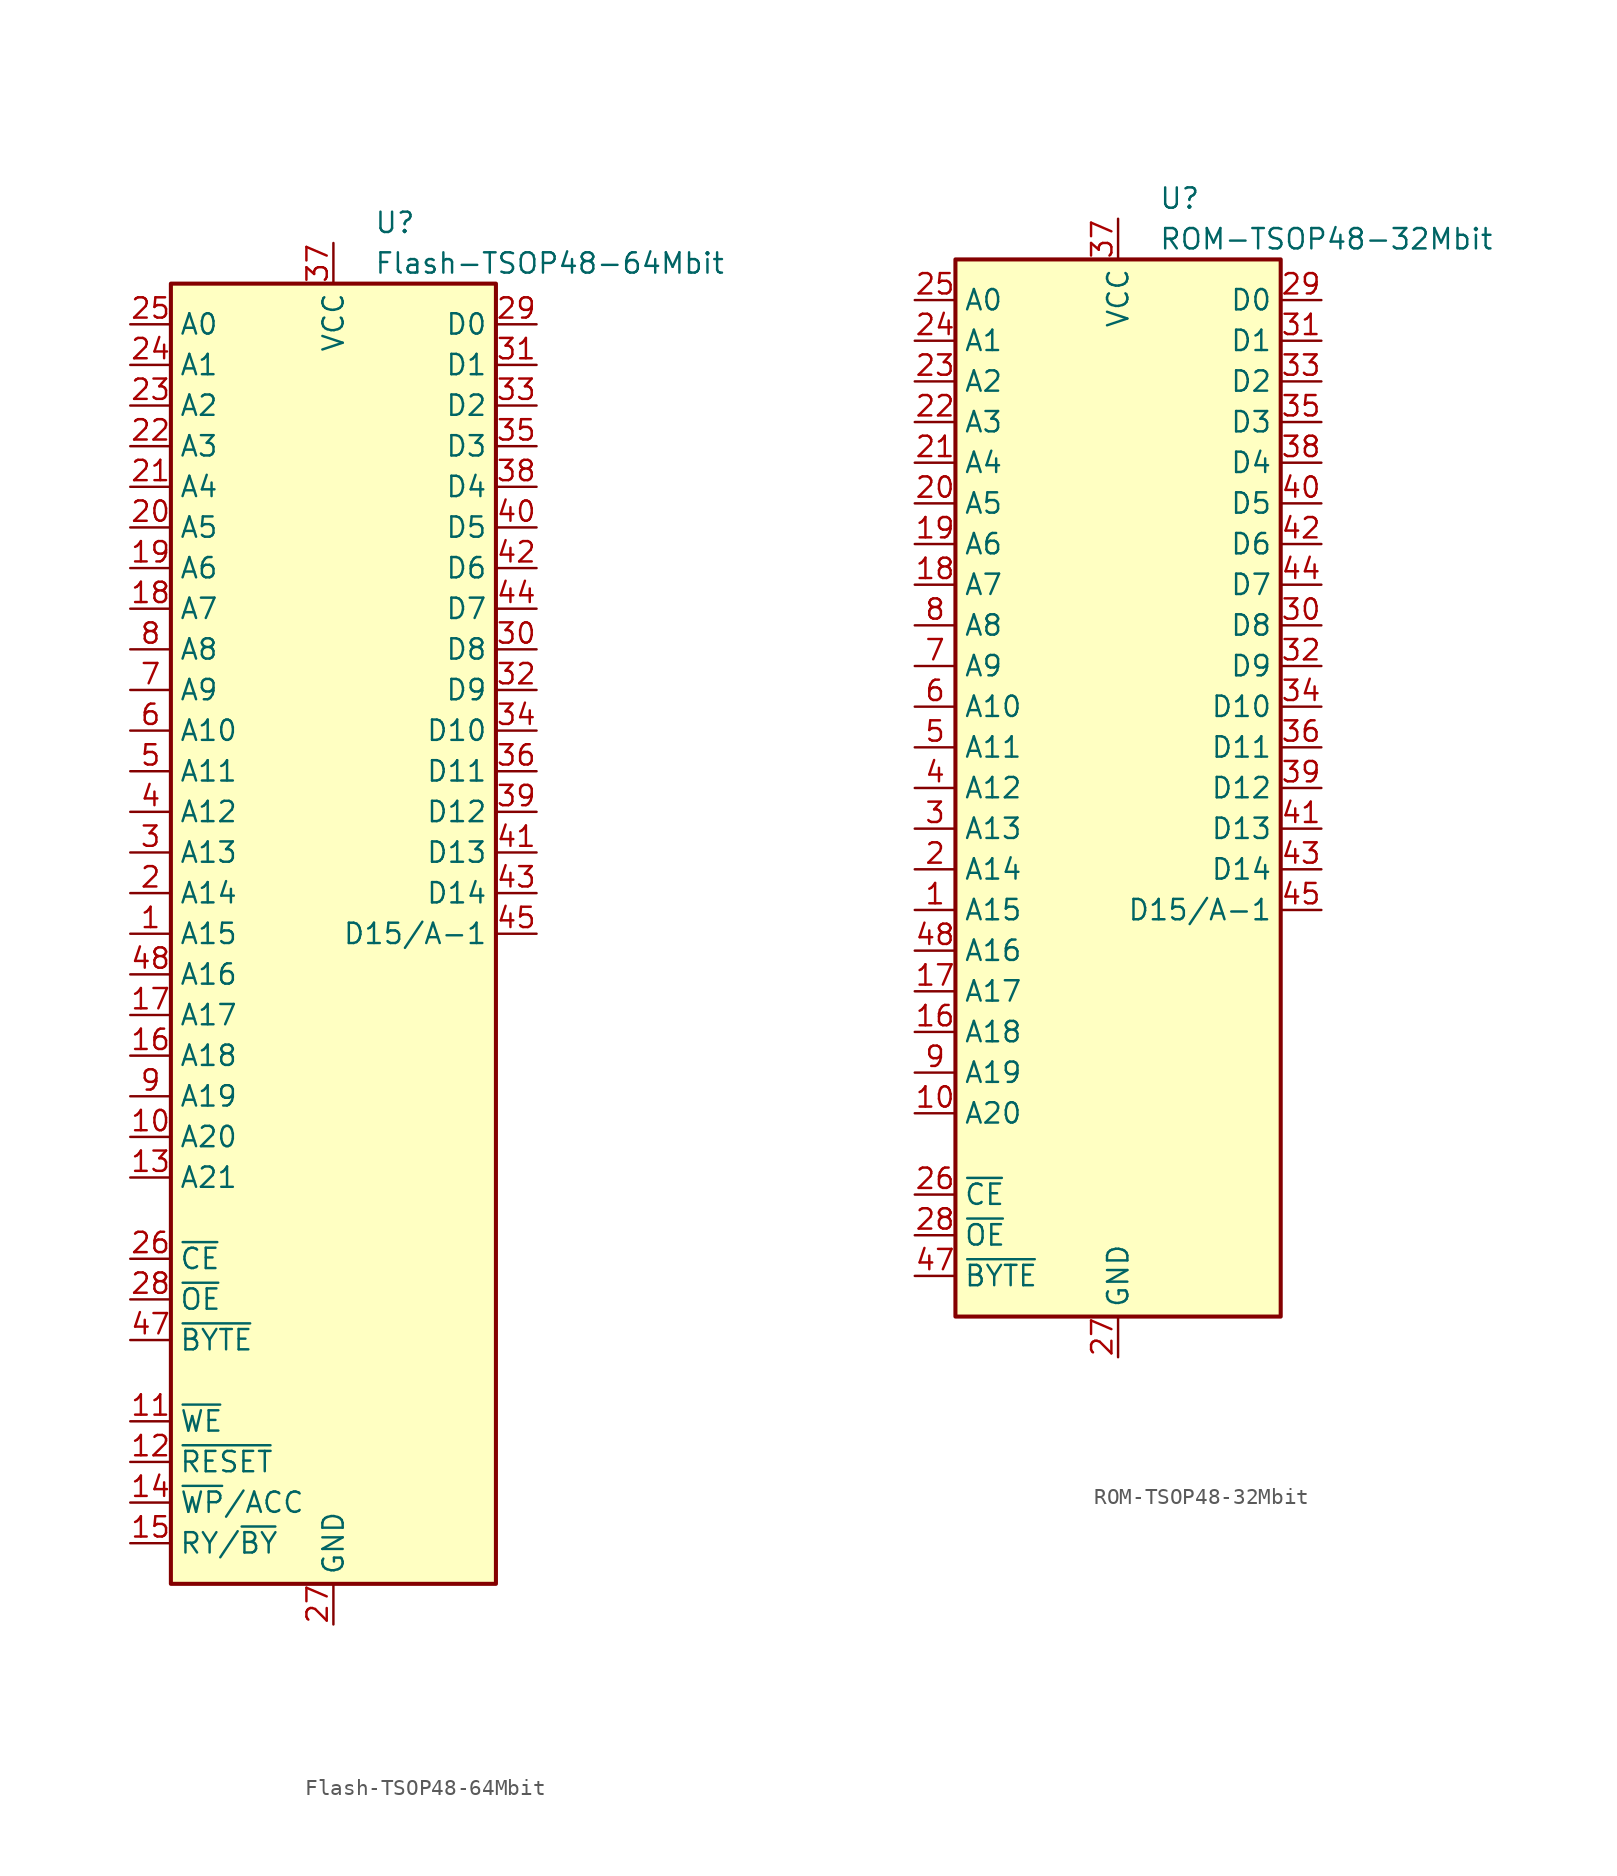
<source format=kicad_sym>
(kicad_symbol_lib
  (version 20220914)
  (generator kicad_symbol_editor)
  (symbol "Flash-TSOP48-64Mbit"
    (property "Reference" "U"
      (at 2.54 44.45 0)
      (effects (font (size 1.27 1.27)) (justify left)))
    (property "Value" "Flash-TSOP48-64Mbit"
      (at 2.54 41.91 0)
      (effects (font (size 1.27 1.27)) (justify left)))
    (symbol "Flash-TSOP48-64Mbit_1_1"
      (rectangle (start -10.16 40.64) (end 10.16 -40.64) (stroke (width 0.254) (type default)) (fill (type background)))
      (pin input line (at -12.7 0 0) (length 2.54) (name "A15" (effects (font (size 1.27 1.27)))) (number "1" (effects (font (size 1.27 1.27)))))
      (pin input line (at -12.7 -12.7 0) (length 2.54) (name "A20" (effects (font (size 1.27 1.27)))) (number "10" (effects (font (size 1.27 1.27)))))
      (pin input line (at -12.7 -30.48 0) (length 2.54) (name "~{WE}" (effects (font (size 1.27 1.27)))) (number "11" (effects (font (size 1.27 1.27)))))
      (pin input line (at -12.7 -33.02 0) (length 2.54) (name "~{RESET}" (effects (font (size 1.27 1.27)))) (number "12" (effects (font (size 1.27 1.27)))))
      (pin input line (at -12.7 -15.24 0) (length 2.54) (name "A21" (effects (font (size 1.27 1.27)))) (number "13" (effects (font (size 1.27 1.27)))))
      (pin input line (at -12.7 -35.56 0) (length 2.54) (name "~{WP}/ACC" (effects (font (size 1.27 1.27)))) (number "14" (effects (font (size 1.27 1.27)))))
      (pin open_collector line (at -12.7 -38.1 0) (length 2.54) (name "RY/~{BY}" (effects (font (size 1.27 1.27)))) (number "15" (effects (font (size 1.27 1.27)))))
      (pin input line (at -12.7 -7.62 0) (length 2.54) (name "A18" (effects (font (size 1.27 1.27)))) (number "16" (effects (font (size 1.27 1.27)))))
      (pin input line (at -12.7 -5.08 0) (length 2.54) (name "A17" (effects (font (size 1.27 1.27)))) (number "17" (effects (font (size 1.27 1.27)))))
      (pin input line (at -12.7 20.32 0) (length 2.54) (name "A7" (effects (font (size 1.27 1.27)))) (number "18" (effects (font (size 1.27 1.27)))))
      (pin input line (at -12.7 22.86 0) (length 2.54) (name "A6" (effects (font (size 1.27 1.27)))) (number "19" (effects (font (size 1.27 1.27)))))
      (pin input line (at -12.7 2.54 0) (length 2.54) (name "A14" (effects (font (size 1.27 1.27)))) (number "2" (effects (font (size 1.27 1.27)))))
      (pin input line (at -12.7 25.4 0) (length 2.54) (name "A5" (effects (font (size 1.27 1.27)))) (number "20" (effects (font (size 1.27 1.27)))))
      (pin input line (at -12.7 27.94 0) (length 2.54) (name "A4" (effects (font (size 1.27 1.27)))) (number "21" (effects (font (size 1.27 1.27)))))
      (pin input line (at -12.7 30.48 0) (length 2.54) (name "A3" (effects (font (size 1.27 1.27)))) (number "22" (effects (font (size 1.27 1.27)))))
      (pin input line (at -12.7 33.02 0) (length 2.54) (name "A2" (effects (font (size 1.27 1.27)))) (number "23" (effects (font (size 1.27 1.27)))))
      (pin input line (at -12.7 35.56 0) (length 2.54) (name "A1" (effects (font (size 1.27 1.27)))) (number "24" (effects (font (size 1.27 1.27)))))
      (pin input line (at -12.7 38.1 0) (length 2.54) (name "A0" (effects (font (size 1.27 1.27)))) (number "25" (effects (font (size 1.27 1.27)))))
      (pin input line (at -12.7 -20.32 0) (length 2.54) (name "~{CE}" (effects (font (size 1.27 1.27)))) (number "26" (effects (font (size 1.27 1.27)))))
      (pin power_in line (at 0 -43.18 90) (length 2.54) (name "GND" (effects (font (size 1.27 1.27)))) (number "27" (effects (font (size 1.27 1.27)))))
      (pin input line (at -12.7 -22.86 0) (length 2.54) (name "~{OE}" (effects (font (size 1.27 1.27)))) (number "28" (effects (font (size 1.27 1.27)))))
      (pin output line (at 12.7 38.1 180) (length 2.54) (name "D0" (effects (font (size 1.27 1.27)))) (number "29" (effects (font (size 1.27 1.27)))))
      (pin input line (at -12.7 5.08 0) (length 2.54) (name "A13" (effects (font (size 1.27 1.27)))) (number "3" (effects (font (size 1.27 1.27)))))
      (pin output line (at 12.7 17.78 180) (length 2.54) (name "D8" (effects (font (size 1.27 1.27)))) (number "30" (effects (font (size 1.27 1.27)))))
      (pin output line (at 12.7 35.56 180) (length 2.54) (name "D1" (effects (font (size 1.27 1.27)))) (number "31" (effects (font (size 1.27 1.27)))))
      (pin output line (at 12.7 15.24 180) (length 2.54) (name "D9" (effects (font (size 1.27 1.27)))) (number "32" (effects (font (size 1.27 1.27)))))
      (pin output line (at 12.7 33.02 180) (length 2.54) (name "D2" (effects (font (size 1.27 1.27)))) (number "33" (effects (font (size 1.27 1.27)))))
      (pin output line (at 12.7 12.7 180) (length 2.54) (name "D10" (effects (font (size 1.27 1.27)))) (number "34" (effects (font (size 1.27 1.27)))))
      (pin output line (at 12.7 30.48 180) (length 2.54) (name "D3" (effects (font (size 1.27 1.27)))) (number "35" (effects (font (size 1.27 1.27)))))
      (pin output line (at 12.7 10.16 180) (length 2.54) (name "D11" (effects (font (size 1.27 1.27)))) (number "36" (effects (font (size 1.27 1.27)))))
      (pin power_in line (at 0 43.18 270) (length 2.54) (name "VCC" (effects (font (size 1.27 1.27)))) (number "37" (effects (font (size 1.27 1.27)))))
      (pin output line (at 12.7 27.94 180) (length 2.54) (name "D4" (effects (font (size 1.27 1.27)))) (number "38" (effects (font (size 1.27 1.27)))))
      (pin output line (at 12.7 7.62 180) (length 2.54) (name "D12" (effects (font (size 1.27 1.27)))) (number "39" (effects (font (size 1.27 1.27)))))
      (pin input line (at -12.7 7.62 0) (length 2.54) (name "A12" (effects (font (size 1.27 1.27)))) (number "4" (effects (font (size 1.27 1.27)))))
      (pin output line (at 12.7 25.4 180) (length 2.54) (name "D5" (effects (font (size 1.27 1.27)))) (number "40" (effects (font (size 1.27 1.27)))))
      (pin output line (at 12.7 5.08 180) (length 2.54) (name "D13" (effects (font (size 1.27 1.27)))) (number "41" (effects (font (size 1.27 1.27)))))
      (pin output line (at 12.7 22.86 180) (length 2.54) (name "D6" (effects (font (size 1.27 1.27)))) (number "42" (effects (font (size 1.27 1.27)))))
      (pin output line (at 12.7 2.54 180) (length 2.54) (name "D14" (effects (font (size 1.27 1.27)))) (number "43" (effects (font (size 1.27 1.27)))))
      (pin output line (at 12.7 20.32 180) (length 2.54) (name "D7" (effects (font (size 1.27 1.27)))) (number "44" (effects (font (size 1.27 1.27)))))
      (pin output line (at 12.7 0 180) (length 2.54) (name "D15/A-1" (effects (font (size 1.27 1.27)))) (number "45" (effects (font (size 1.27 1.27)))))
      (pin passive line (at 0 -43.18 90) (length 2.54) hide (name "GND" (effects (font (size 1.27 1.27)))) (number "46" (effects (font (size 1.27 1.27)))))
      (pin input line (at -12.7 -25.4 0) (length 2.54) (name "~{BYTE}" (effects (font (size 1.27 1.27)))) (number "47" (effects (font (size 1.27 1.27)))))
      (pin input line (at -12.7 -2.54 0) (length 2.54) (name "A16" (effects (font (size 1.27 1.27)))) (number "48" (effects (font (size 1.27 1.27)))))
      (pin input line (at -12.7 10.16 0) (length 2.54) (name "A11" (effects (font (size 1.27 1.27)))) (number "5" (effects (font (size 1.27 1.27)))))
      (pin input line (at -12.7 12.7 0) (length 2.54) (name "A10" (effects (font (size 1.27 1.27)))) (number "6" (effects (font (size 1.27 1.27)))))
      (pin input line (at -12.7 15.24 0) (length 2.54) (name "A9" (effects (font (size 1.27 1.27)))) (number "7" (effects (font (size 1.27 1.27)))))
      (pin input line (at -12.7 17.78 0) (length 2.54) (name "A8" (effects (font (size 1.27 1.27)))) (number "8" (effects (font (size 1.27 1.27)))))
      (pin input line (at -12.7 -10.16 0) (length 2.54) (name "A19" (effects (font (size 1.27 1.27)))) (number "9" (effects (font (size 1.27 1.27)))))))
  (symbol "ROM-TSOP48-32Mbit"
    (property "Reference" "U"
      (at 2.54 36.83 0)
      (effects (font (size 1.27 1.27)) (justify left)))
    (property "Value" "ROM-TSOP48-32Mbit"
      (at 2.54 34.29 0)
      (effects (font (size 1.27 1.27)) (justify left)))
    (symbol "ROM-TSOP48-32Mbit_1_1"
      (rectangle (start -10.16 33.02) (end 10.16 -33.02) (stroke (width 0.254) (type default)) (fill (type background)))
      (pin input line (at -12.7 -7.62 0) (length 2.54) (name "A15" (effects (font (size 1.27 1.27)))) (number "1" (effects (font (size 1.27 1.27)))))
      (pin input line (at -12.7 -20.32 0) (length 2.54) (name "A20" (effects (font (size 1.27 1.27)))) (number "10" (effects (font (size 1.27 1.27)))))
      (pin input line (at -12.7 -15.24 0) (length 2.54) (name "A18" (effects (font (size 1.27 1.27)))) (number "16" (effects (font (size 1.27 1.27)))))
      (pin input line (at -12.7 -12.7 0) (length 2.54) (name "A17" (effects (font (size 1.27 1.27)))) (number "17" (effects (font (size 1.27 1.27)))))
      (pin input line (at -12.7 12.7 0) (length 2.54) (name "A7" (effects (font (size 1.27 1.27)))) (number "18" (effects (font (size 1.27 1.27)))))
      (pin input line (at -12.7 15.24 0) (length 2.54) (name "A6" (effects (font (size 1.27 1.27)))) (number "19" (effects (font (size 1.27 1.27)))))
      (pin input line (at -12.7 -5.08 0) (length 2.54) (name "A14" (effects (font (size 1.27 1.27)))) (number "2" (effects (font (size 1.27 1.27)))))
      (pin input line (at -12.7 17.78 0) (length 2.54) (name "A5" (effects (font (size 1.27 1.27)))) (number "20" (effects (font (size 1.27 1.27)))))
      (pin input line (at -12.7 20.32 0) (length 2.54) (name "A4" (effects (font (size 1.27 1.27)))) (number "21" (effects (font (size 1.27 1.27)))))
      (pin input line (at -12.7 22.86 0) (length 2.54) (name "A3" (effects (font (size 1.27 1.27)))) (number "22" (effects (font (size 1.27 1.27)))))
      (pin input line (at -12.7 25.4 0) (length 2.54) (name "A2" (effects (font (size 1.27 1.27)))) (number "23" (effects (font (size 1.27 1.27)))))
      (pin input line (at -12.7 27.94 0) (length 2.54) (name "A1" (effects (font (size 1.27 1.27)))) (number "24" (effects (font (size 1.27 1.27)))))
      (pin input line (at -12.7 30.48 0) (length 2.54) (name "A0" (effects (font (size 1.27 1.27)))) (number "25" (effects (font (size 1.27 1.27)))))
      (pin input line (at -12.7 -25.4 0) (length 2.54) (name "~{CE}" (effects (font (size 1.27 1.27)))) (number "26" (effects (font (size 1.27 1.27)))))
      (pin power_in line (at 0 -35.56 90) (length 2.54) (name "GND" (effects (font (size 1.27 1.27)))) (number "27" (effects (font (size 1.27 1.27)))))
      (pin input line (at -12.7 -27.94 0) (length 2.54) (name "~{OE}" (effects (font (size 1.27 1.27)))) (number "28" (effects (font (size 1.27 1.27)))))
      (pin output line (at 12.7 30.48 180) (length 2.54) (name "D0" (effects (font (size 1.27 1.27)))) (number "29" (effects (font (size 1.27 1.27)))))
      (pin input line (at -12.7 -2.54 0) (length 2.54) (name "A13" (effects (font (size 1.27 1.27)))) (number "3" (effects (font (size 1.27 1.27)))))
      (pin output line (at 12.7 10.16 180) (length 2.54) (name "D8" (effects (font (size 1.27 1.27)))) (number "30" (effects (font (size 1.27 1.27)))))
      (pin output line (at 12.7 27.94 180) (length 2.54) (name "D1" (effects (font (size 1.27 1.27)))) (number "31" (effects (font (size 1.27 1.27)))))
      (pin output line (at 12.7 7.62 180) (length 2.54) (name "D9" (effects (font (size 1.27 1.27)))) (number "32" (effects (font (size 1.27 1.27)))))
      (pin output line (at 12.7 25.4 180) (length 2.54) (name "D2" (effects (font (size 1.27 1.27)))) (number "33" (effects (font (size 1.27 1.27)))))
      (pin output line (at 12.7 5.08 180) (length 2.54) (name "D10" (effects (font (size 1.27 1.27)))) (number "34" (effects (font (size 1.27 1.27)))))
      (pin output line (at 12.7 22.86 180) (length 2.54) (name "D3" (effects (font (size 1.27 1.27)))) (number "35" (effects (font (size 1.27 1.27)))))
      (pin output line (at 12.7 2.54 180) (length 2.54) (name "D11" (effects (font (size 1.27 1.27)))) (number "36" (effects (font (size 1.27 1.27)))))
      (pin power_in line (at 0 35.56 270) (length 2.54) (name "VCC" (effects (font (size 1.27 1.27)))) (number "37" (effects (font (size 1.27 1.27)))))
      (pin output line (at 12.7 20.32 180) (length 2.54) (name "D4" (effects (font (size 1.27 1.27)))) (number "38" (effects (font (size 1.27 1.27)))))
      (pin output line (at 12.7 0 180) (length 2.54) (name "D12" (effects (font (size 1.27 1.27)))) (number "39" (effects (font (size 1.27 1.27)))))
      (pin input line (at -12.7 0 0) (length 2.54) (name "A12" (effects (font (size 1.27 1.27)))) (number "4" (effects (font (size 1.27 1.27)))))
      (pin output line (at 12.7 17.78 180) (length 2.54) (name "D5" (effects (font (size 1.27 1.27)))) (number "40" (effects (font (size 1.27 1.27)))))
      (pin output line (at 12.7 -2.54 180) (length 2.54) (name "D13" (effects (font (size 1.27 1.27)))) (number "41" (effects (font (size 1.27 1.27)))))
      (pin output line (at 12.7 15.24 180) (length 2.54) (name "D6" (effects (font (size 1.27 1.27)))) (number "42" (effects (font (size 1.27 1.27)))))
      (pin output line (at 12.7 -5.08 180) (length 2.54) (name "D14" (effects (font (size 1.27 1.27)))) (number "43" (effects (font (size 1.27 1.27)))))
      (pin output line (at 12.7 12.7 180) (length 2.54) (name "D7" (effects (font (size 1.27 1.27)))) (number "44" (effects (font (size 1.27 1.27)))))
      (pin output line (at 12.7 -7.62 180) (length 2.54) (name "D15/A-1" (effects (font (size 1.27 1.27)))) (number "45" (effects (font (size 1.27 1.27)))))
      (pin passive line (at 0 -35.56 90) (length 2.54) hide (name "GND" (effects (font (size 1.27 1.27)))) (number "46" (effects (font (size 1.27 1.27)))))
      (pin input line (at -12.7 -30.48 0) (length 2.54) (name "~{BYTE}" (effects (font (size 1.27 1.27)))) (number "47" (effects (font (size 1.27 1.27)))))
      (pin input line (at -12.7 -10.16 0) (length 2.54) (name "A16" (effects (font (size 1.27 1.27)))) (number "48" (effects (font (size 1.27 1.27)))))
      (pin input line (at -12.7 2.54 0) (length 2.54) (name "A11" (effects (font (size 1.27 1.27)))) (number "5" (effects (font (size 1.27 1.27)))))
      (pin input line (at -12.7 5.08 0) (length 2.54) (name "A10" (effects (font (size 1.27 1.27)))) (number "6" (effects (font (size 1.27 1.27)))))
      (pin input line (at -12.7 7.62 0) (length 2.54) (name "A9" (effects (font (size 1.27 1.27)))) (number "7" (effects (font (size 1.27 1.27)))))
      (pin input line (at -12.7 10.16 0) (length 2.54) (name "A8" (effects (font (size 1.27 1.27)))) (number "8" (effects (font (size 1.27 1.27)))))
      (pin input line (at -12.7 -17.78 0) (length 2.54) (name "A19" (effects (font (size 1.27 1.27)))) (number "9" (effects (font (size 1.27 1.27))))))))
</source>
